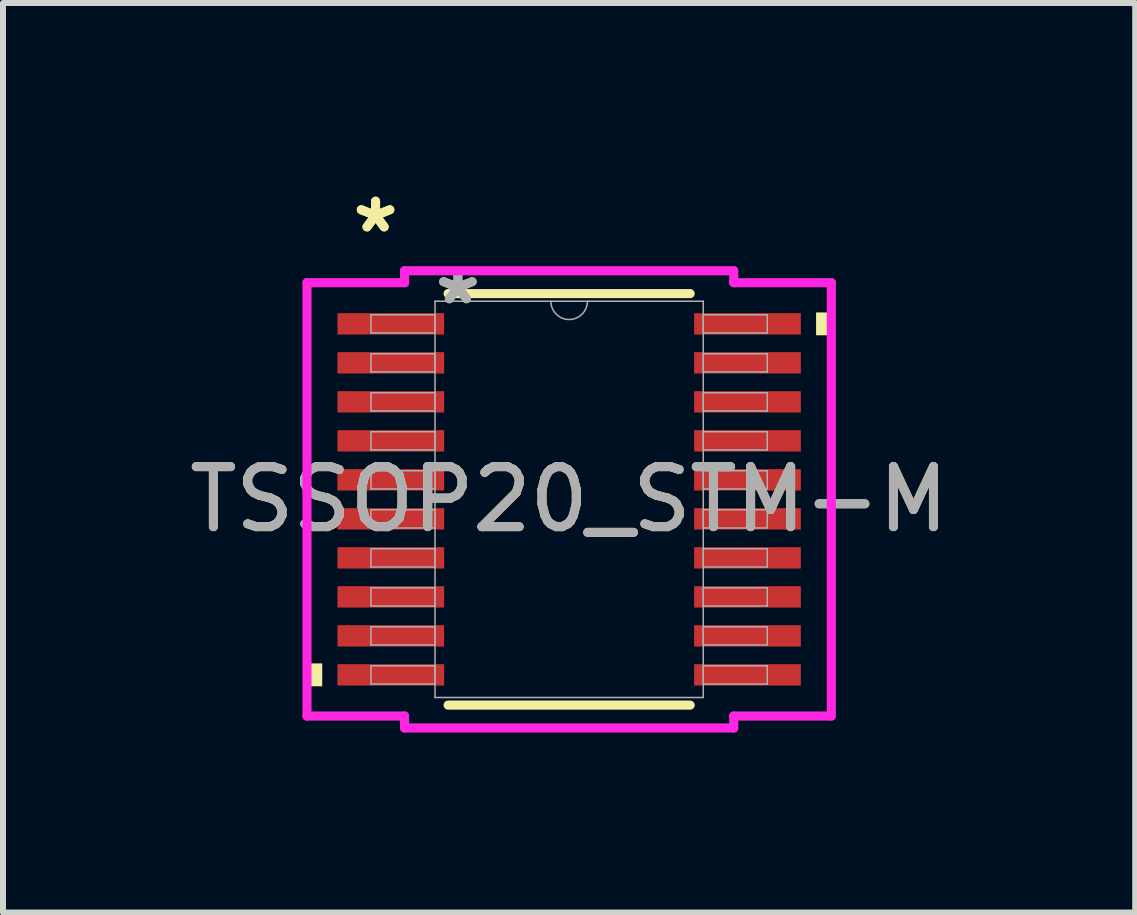
<source format=kicad_pcb>
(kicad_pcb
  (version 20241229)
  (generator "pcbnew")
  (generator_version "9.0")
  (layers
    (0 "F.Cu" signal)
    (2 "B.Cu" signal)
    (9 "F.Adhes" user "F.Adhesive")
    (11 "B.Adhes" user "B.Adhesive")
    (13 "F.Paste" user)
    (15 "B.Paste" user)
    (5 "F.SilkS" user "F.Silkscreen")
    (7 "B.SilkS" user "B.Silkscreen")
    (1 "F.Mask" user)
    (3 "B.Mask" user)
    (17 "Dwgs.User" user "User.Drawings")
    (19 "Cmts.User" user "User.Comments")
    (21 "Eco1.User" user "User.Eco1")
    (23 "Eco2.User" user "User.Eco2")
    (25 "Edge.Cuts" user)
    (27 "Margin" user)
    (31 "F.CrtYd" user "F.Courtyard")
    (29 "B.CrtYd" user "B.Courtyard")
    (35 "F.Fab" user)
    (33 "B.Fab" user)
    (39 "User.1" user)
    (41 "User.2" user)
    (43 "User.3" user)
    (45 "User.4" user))
  (footprint "TSSOP20_STM-M"
    (layer "F.Cu")
    (at 6.435 5.272)
    (property "Reference" "TSSOP20_STM-M" (at 0 0 0) (unlocked yes) (layer "F.SilkS") (effects (font (size 1 1) (thickness 0.15))))
    (attr smd)
    (fp_line (start -2.017 3.429) (end 2.017 3.429) (stroke (width 0.152) (type solid)) (layer "F.SilkS"))
    (fp_line (start 2.017 -3.429) (end -2.017 -3.429) (stroke (width 0.152) (type solid)) (layer "F.SilkS"))
    (fp_poly (pts (xy -4.369 2.734) (xy -4.369 3.115) (xy -4.115 3.115) (xy -4.115 2.734)) (stroke (width 0) (type solid)) (fill yes) (layer "F.SilkS"))
    (fp_poly (pts (xy 4.369 -3.115) (xy 4.369 -2.734) (xy 4.115 -2.734) (xy 4.115 -3.115)) (stroke (width 0) (type solid)) (fill yes) (layer "F.SilkS"))
    (fp_line (start -4.369 -3.611) (end -2.743 -3.611) (stroke (width 0.152) (type solid)) (layer "F.CrtYd"))
    (fp_line (start -4.369 3.611) (end -4.369 -3.611) (stroke (width 0.152) (type solid)) (layer "F.CrtYd"))
    (fp_line (start -4.369 3.611) (end -2.743 3.611) (stroke (width 0.152) (type solid)) (layer "F.CrtYd"))
    (fp_line (start -2.743 -3.81) (end 2.743 -3.81) (stroke (width 0.152) (type solid)) (layer "F.CrtYd"))
    (fp_line (start -2.743 -3.611) (end -2.743 -3.81) (stroke (width 0.152) (type solid)) (layer "F.CrtYd"))
    (fp_line (start -2.743 3.81) (end -2.743 3.611) (stroke (width 0.152) (type solid)) (layer "F.CrtYd"))
    (fp_line (start 2.743 -3.81) (end 2.743 -3.611) (stroke (width 0.152) (type solid)) (layer "F.CrtYd"))
    (fp_line (start 2.743 3.611) (end 2.743 3.81) (stroke (width 0.152) (type solid)) (layer "F.CrtYd"))
    (fp_line (start 2.743 3.81) (end -2.743 3.81) (stroke (width 0.152) (type solid)) (layer "F.CrtYd"))
    (fp_line (start 4.369 -3.611) (end 2.743 -3.611) (stroke (width 0.152) (type solid)) (layer "F.CrtYd"))
    (fp_line (start 4.369 -3.611) (end 4.369 3.611) (stroke (width 0.152) (type solid)) (layer "F.CrtYd"))
    (fp_line (start 4.369 3.611) (end 2.743 3.611) (stroke (width 0.152) (type solid)) (layer "F.CrtYd"))
    (fp_line (start -3.302 -3.077) (end -3.302 -2.773) (stroke (width 0.025) (type solid)) (layer "F.Fab"))
    (fp_line (start -3.302 -2.773) (end -2.235 -2.773) (stroke (width 0.025) (type solid)) (layer "F.Fab"))
    (fp_line (start -3.302 -2.427) (end -3.302 -2.123) (stroke (width 0.025) (type solid)) (layer "F.Fab"))
    (fp_line (start -3.302 -2.123) (end -2.235 -2.123) (stroke (width 0.025) (type solid)) (layer "F.Fab"))
    (fp_line (start -3.302 -1.777) (end -3.302 -1.473) (stroke (width 0.025) (type solid)) (layer "F.Fab"))
    (fp_line (start -3.302 -1.473) (end -2.235 -1.473) (stroke (width 0.025) (type solid)) (layer "F.Fab"))
    (fp_line (start -3.302 -1.127) (end -3.302 -0.823) (stroke (width 0.025) (type solid)) (layer "F.Fab"))
    (fp_line (start -3.302 -0.823) (end -2.235 -0.823) (stroke (width 0.025) (type solid)) (layer "F.Fab"))
    (fp_line (start -3.302 -0.477) (end -3.302 -0.173) (stroke (width 0.025) (type solid)) (layer "F.Fab"))
    (fp_line (start -3.302 -0.173) (end -2.235 -0.173) (stroke (width 0.025) (type solid)) (layer "F.Fab"))
    (fp_line (start -3.302 0.173) (end -3.302 0.477) (stroke (width 0.025) (type solid)) (layer "F.Fab"))
    (fp_line (start -3.302 0.477) (end -2.235 0.477) (stroke (width 0.025) (type solid)) (layer "F.Fab"))
    (fp_line (start -3.302 0.823) (end -3.302 1.127) (stroke (width 0.025) (type solid)) (layer "F.Fab"))
    (fp_line (start -3.302 1.127) (end -2.235 1.127) (stroke (width 0.025) (type solid)) (layer "F.Fab"))
    (fp_line (start -3.302 1.473) (end -3.302 1.777) (stroke (width 0.025) (type solid)) (layer "F.Fab"))
    (fp_line (start -3.302 1.777) (end -2.235 1.777) (stroke (width 0.025) (type solid)) (layer "F.Fab"))
    (fp_line (start -3.302 2.123) (end -3.302 2.427) (stroke (width 0.025) (type solid)) (layer "F.Fab"))
    (fp_line (start -3.302 2.427) (end -2.235 2.427) (stroke (width 0.025) (type solid)) (layer "F.Fab"))
    (fp_line (start -3.302 2.773) (end -3.302 3.077) (stroke (width 0.025) (type solid)) (layer "F.Fab"))
    (fp_line (start -3.302 3.077) (end -2.235 3.077) (stroke (width 0.025) (type solid)) (layer "F.Fab"))
    (fp_line (start -2.235 -3.302) (end -2.235 3.302) (stroke (width 0.025) (type solid)) (layer "F.Fab"))
    (fp_line (start -2.235 -3.077) (end -3.302 -3.077) (stroke (width 0.025) (type solid)) (layer "F.Fab"))
    (fp_line (start -2.235 -2.773) (end -2.235 -3.077) (stroke (width 0.025) (type solid)) (layer "F.Fab"))
    (fp_line (start -2.235 -2.427) (end -3.302 -2.427) (stroke (width 0.025) (type solid)) (layer "F.Fab"))
    (fp_line (start -2.235 -2.123) (end -2.235 -2.427) (stroke (width 0.025) (type solid)) (layer "F.Fab"))
    (fp_line (start -2.235 -1.777) (end -3.302 -1.777) (stroke (width 0.025) (type solid)) (layer "F.Fab"))
    (fp_line (start -2.235 -1.473) (end -2.235 -1.777) (stroke (width 0.025) (type solid)) (layer "F.Fab"))
    (fp_line (start -2.235 -1.127) (end -3.302 -1.127) (stroke (width 0.025) (type solid)) (layer "F.Fab"))
    (fp_line (start -2.235 -0.823) (end -2.235 -1.127) (stroke (width 0.025) (type solid)) (layer "F.Fab"))
    (fp_line (start -2.235 -0.477) (end -3.302 -0.477) (stroke (width 0.025) (type solid)) (layer "F.Fab"))
    (fp_line (start -2.235 -0.173) (end -2.235 -0.477) (stroke (width 0.025) (type solid)) (layer "F.Fab"))
    (fp_line (start -2.235 0.173) (end -3.302 0.173) (stroke (width 0.025) (type solid)) (layer "F.Fab"))
    (fp_line (start -2.235 0.477) (end -2.235 0.173) (stroke (width 0.025) (type solid)) (layer "F.Fab"))
    (fp_line (start -2.235 0.823) (end -3.302 0.823) (stroke (width 0.025) (type solid)) (layer "F.Fab"))
    (fp_line (start -2.235 1.127) (end -2.235 0.823) (stroke (width 0.025) (type solid)) (layer "F.Fab"))
    (fp_line (start -2.235 1.473) (end -3.302 1.473) (stroke (width 0.025) (type solid)) (layer "F.Fab"))
    (fp_line (start -2.235 1.777) (end -2.235 1.473) (stroke (width 0.025) (type solid)) (layer "F.Fab"))
    (fp_line (start -2.235 2.123) (end -3.302 2.123) (stroke (width 0.025) (type solid)) (layer "F.Fab"))
    (fp_line (start -2.235 2.427) (end -2.235 2.123) (stroke (width 0.025) (type solid)) (layer "F.Fab"))
    (fp_line (start -2.235 2.773) (end -3.302 2.773) (stroke (width 0.025) (type solid)) (layer "F.Fab"))
    (fp_line (start -2.235 3.077) (end -2.235 2.773) (stroke (width 0.025) (type solid)) (layer "F.Fab"))
    (fp_line (start -2.235 3.302) (end 2.235 3.302) (stroke (width 0.025) (type solid)) (layer "F.Fab"))
    (fp_line (start 2.235 -3.302) (end -2.235 -3.302) (stroke (width 0.025) (type solid)) (layer "F.Fab"))
    (fp_line (start 2.235 -3.077) (end 2.235 -2.773) (stroke (width 0.025) (type solid)) (layer "F.Fab"))
    (fp_line (start 2.235 -2.773) (end 3.302 -2.773) (stroke (width 0.025) (type solid)) (layer "F.Fab"))
    (fp_line (start 2.235 -2.427) (end 2.235 -2.123) (stroke (width 0.025) (type solid)) (layer "F.Fab"))
    (fp_line (start 2.235 -2.123) (end 3.302 -2.123) (stroke (width 0.025) (type solid)) (layer "F.Fab"))
    (fp_line (start 2.235 -1.777) (end 2.235 -1.473) (stroke (width 0.025) (type solid)) (layer "F.Fab"))
    (fp_line (start 2.235 -1.473) (end 3.302 -1.473) (stroke (width 0.025) (type solid)) (layer "F.Fab"))
    (fp_line (start 2.235 -1.127) (end 2.235 -0.823) (stroke (width 0.025) (type solid)) (layer "F.Fab"))
    (fp_line (start 2.235 -0.823) (end 3.302 -0.823) (stroke (width 0.025) (type solid)) (layer "F.Fab"))
    (fp_line (start 2.235 -0.477) (end 2.235 -0.173) (stroke (width 0.025) (type solid)) (layer "F.Fab"))
    (fp_line (start 2.235 -0.173) (end 3.302 -0.173) (stroke (width 0.025) (type solid)) (layer "F.Fab"))
    (fp_line (start 2.235 0.173) (end 2.235 0.477) (stroke (width 0.025) (type solid)) (layer "F.Fab"))
    (fp_line (start 2.235 0.477) (end 3.302 0.477) (stroke (width 0.025) (type solid)) (layer "F.Fab"))
    (fp_line (start 2.235 0.823) (end 2.235 1.127) (stroke (width 0.025) (type solid)) (layer "F.Fab"))
    (fp_line (start 2.235 1.127) (end 3.302 1.127) (stroke (width 0.025) (type solid)) (layer "F.Fab"))
    (fp_line (start 2.235 1.473) (end 2.235 1.777) (stroke (width 0.025) (type solid)) (layer "F.Fab"))
    (fp_line (start 2.235 1.777) (end 3.302 1.777) (stroke (width 0.025) (type solid)) (layer "F.Fab"))
    (fp_line (start 2.235 2.123) (end 2.235 2.427) (stroke (width 0.025) (type solid)) (layer "F.Fab"))
    (fp_line (start 2.235 2.427) (end 3.302 2.427) (stroke (width 0.025) (type solid)) (layer "F.Fab"))
    (fp_line (start 2.235 2.773) (end 2.235 3.077) (stroke (width 0.025) (type solid)) (layer "F.Fab"))
    (fp_line (start 2.235 3.077) (end 3.302 3.077) (stroke (width 0.025) (type solid)) (layer "F.Fab"))
    (fp_line (start 2.235 3.302) (end 2.235 -3.302) (stroke (width 0.025) (type solid)) (layer "F.Fab"))
    (fp_line (start 3.302 -3.077) (end 2.235 -3.077) (stroke (width 0.025) (type solid)) (layer "F.Fab"))
    (fp_line (start 3.302 -2.773) (end 3.302 -3.077) (stroke (width 0.025) (type solid)) (layer "F.Fab"))
    (fp_line (start 3.302 -2.427) (end 2.235 -2.427) (stroke (width 0.025) (type solid)) (layer "F.Fab"))
    (fp_line (start 3.302 -2.123) (end 3.302 -2.427) (stroke (width 0.025) (type solid)) (layer "F.Fab"))
    (fp_line (start 3.302 -1.777) (end 2.235 -1.777) (stroke (width 0.025) (type solid)) (layer "F.Fab"))
    (fp_line (start 3.302 -1.473) (end 3.302 -1.777) (stroke (width 0.025) (type solid)) (layer "F.Fab"))
    (fp_line (start 3.302 -1.127) (end 2.235 -1.127) (stroke (width 0.025) (type solid)) (layer "F.Fab"))
    (fp_line (start 3.302 -0.823) (end 3.302 -1.127) (stroke (width 0.025) (type solid)) (layer "F.Fab"))
    (fp_line (start 3.302 -0.477) (end 2.235 -0.477) (stroke (width 0.025) (type solid)) (layer "F.Fab"))
    (fp_line (start 3.302 -0.173) (end 3.302 -0.477) (stroke (width 0.025) (type solid)) (layer "F.Fab"))
    (fp_line (start 3.302 0.173) (end 2.235 0.173) (stroke (width 0.025) (type solid)) (layer "F.Fab"))
    (fp_line (start 3.302 0.477) (end 3.302 0.173) (stroke (width 0.025) (type solid)) (layer "F.Fab"))
    (fp_line (start 3.302 0.823) (end 2.235 0.823) (stroke (width 0.025) (type solid)) (layer "F.Fab"))
    (fp_line (start 3.302 1.127) (end 3.302 0.823) (stroke (width 0.025) (type solid)) (layer "F.Fab"))
    (fp_line (start 3.302 1.473) (end 2.235 1.473) (stroke (width 0.025) (type solid)) (layer "F.Fab"))
    (fp_line (start 3.302 1.777) (end 3.302 1.473) (stroke (width 0.025) (type solid)) (layer "F.Fab"))
    (fp_line (start 3.302 2.123) (end 2.235 2.123) (stroke (width 0.025) (type solid)) (layer "F.Fab"))
    (fp_line (start 3.302 2.427) (end 3.302 2.123) (stroke (width 0.025) (type solid)) (layer "F.Fab"))
    (fp_line (start 3.302 2.773) (end 2.235 2.773) (stroke (width 0.025) (type solid)) (layer "F.Fab"))
    (fp_line (start 3.302 3.077) (end 3.302 2.773) (stroke (width 0.025) (type solid)) (layer "F.Fab"))
    (fp_arc (start 0.3048 -3.302) (mid 0 -2.9972) (end -0.3048 -3.302) (stroke (width 0.0254) (type solid)) (layer "F.Fab"))
    (fp_text user "*" (at -3.226 -4.424 0) (unlocked yes) (layer "F.SilkS") (effects (font (size 1 1) (thickness 0.15))))
    (fp_text user "*" (at -3.226 -4.424 0) (layer "F.SilkS") (effects (font (size 1 1) (thickness 0.15))))
    (fp_text user "*" (at -1.854 -3.226 0) (unlocked yes) (layer "F.Fab") (effects (font (size 1 1) (thickness 0.15))))
    (fp_text user "${REFERENCE}" (at 0 0 0) (unlocked yes) (layer "F.Fab") (effects (font (size 1 1) (thickness 0.15))))
    (fp_text user "*" (at -1.854 -3.226 0) (layer "F.Fab") (effects (font (size 1 1) (thickness 0.15))))
    (pad "1" smd rect (at -2.972 -2.925) (size 1.778 0.356) (layers "F.Cu" "F.Mask" "F.Paste"))
    (pad "2" smd rect (at -2.972 -2.275) (size 1.778 0.356) (layers "F.Cu" "F.Mask" "F.Paste"))
    (pad "3" smd rect (at -2.972 -1.625) (size 1.778 0.356) (layers "F.Cu" "F.Mask" "F.Paste"))
    (pad "4" smd rect (at -2.972 -0.975) (size 1.778 0.356) (layers "F.Cu" "F.Mask" "F.Paste"))
    (pad "5" smd rect (at -2.972 -0.325) (size 1.778 0.356) (layers "F.Cu" "F.Mask" "F.Paste"))
    (pad "6" smd rect (at -2.972 0.325) (size 1.778 0.356) (layers "F.Cu" "F.Mask" "F.Paste"))
    (pad "7" smd rect (at -2.972 0.975) (size 1.778 0.356) (layers "F.Cu" "F.Mask" "F.Paste"))
    (pad "8" smd rect (at -2.972 1.625) (size 1.778 0.356) (layers "F.Cu" "F.Mask" "F.Paste"))
    (pad "9" smd rect (at -2.972 2.275) (size 1.778 0.356) (layers "F.Cu" "F.Mask" "F.Paste"))
    (pad "10" smd rect (at -2.972 2.925) (size 1.778 0.356) (layers "F.Cu" "F.Mask" "F.Paste"))
    (pad "11" smd rect (at 2.972 2.925) (size 1.778 0.356) (layers "F.Cu" "F.Mask" "F.Paste"))
    (pad "12" smd rect (at 2.972 2.275) (size 1.778 0.356) (layers "F.Cu" "F.Mask" "F.Paste"))
    (pad "13" smd rect (at 2.972 1.625) (size 1.778 0.356) (layers "F.Cu" "F.Mask" "F.Paste"))
    (pad "14" smd rect (at 2.972 0.975) (size 1.778 0.356) (layers "F.Cu" "F.Mask" "F.Paste"))
    (pad "15" smd rect (at 2.972 0.325) (size 1.778 0.356) (layers "F.Cu" "F.Mask" "F.Paste"))
    (pad "16" smd rect (at 2.972 -0.325) (size 1.778 0.356) (layers "F.Cu" "F.Mask" "F.Paste"))
    (pad "17" smd rect (at 2.972 -0.975) (size 1.778 0.356) (layers "F.Cu" "F.Mask" "F.Paste"))
    (pad "18" smd rect (at 2.972 -1.625) (size 1.778 0.356) (layers "F.Cu" "F.Mask" "F.Paste"))
    (pad "19" smd rect (at 2.972 -2.275) (size 1.778 0.356) (layers "F.Cu" "F.Mask" "F.Paste"))
    (pad "20" smd rect (at 2.972 -2.925) (size 1.778 0.356) (layers "F.Cu" "F.Mask" "F.Paste")))
  (gr_rect
    (start -3 -3)
    (end 15.869 12.158)
    (stroke (width 0.1) (type default))
    (fill no)
    (layer "Edge.Cuts")))
</source>
